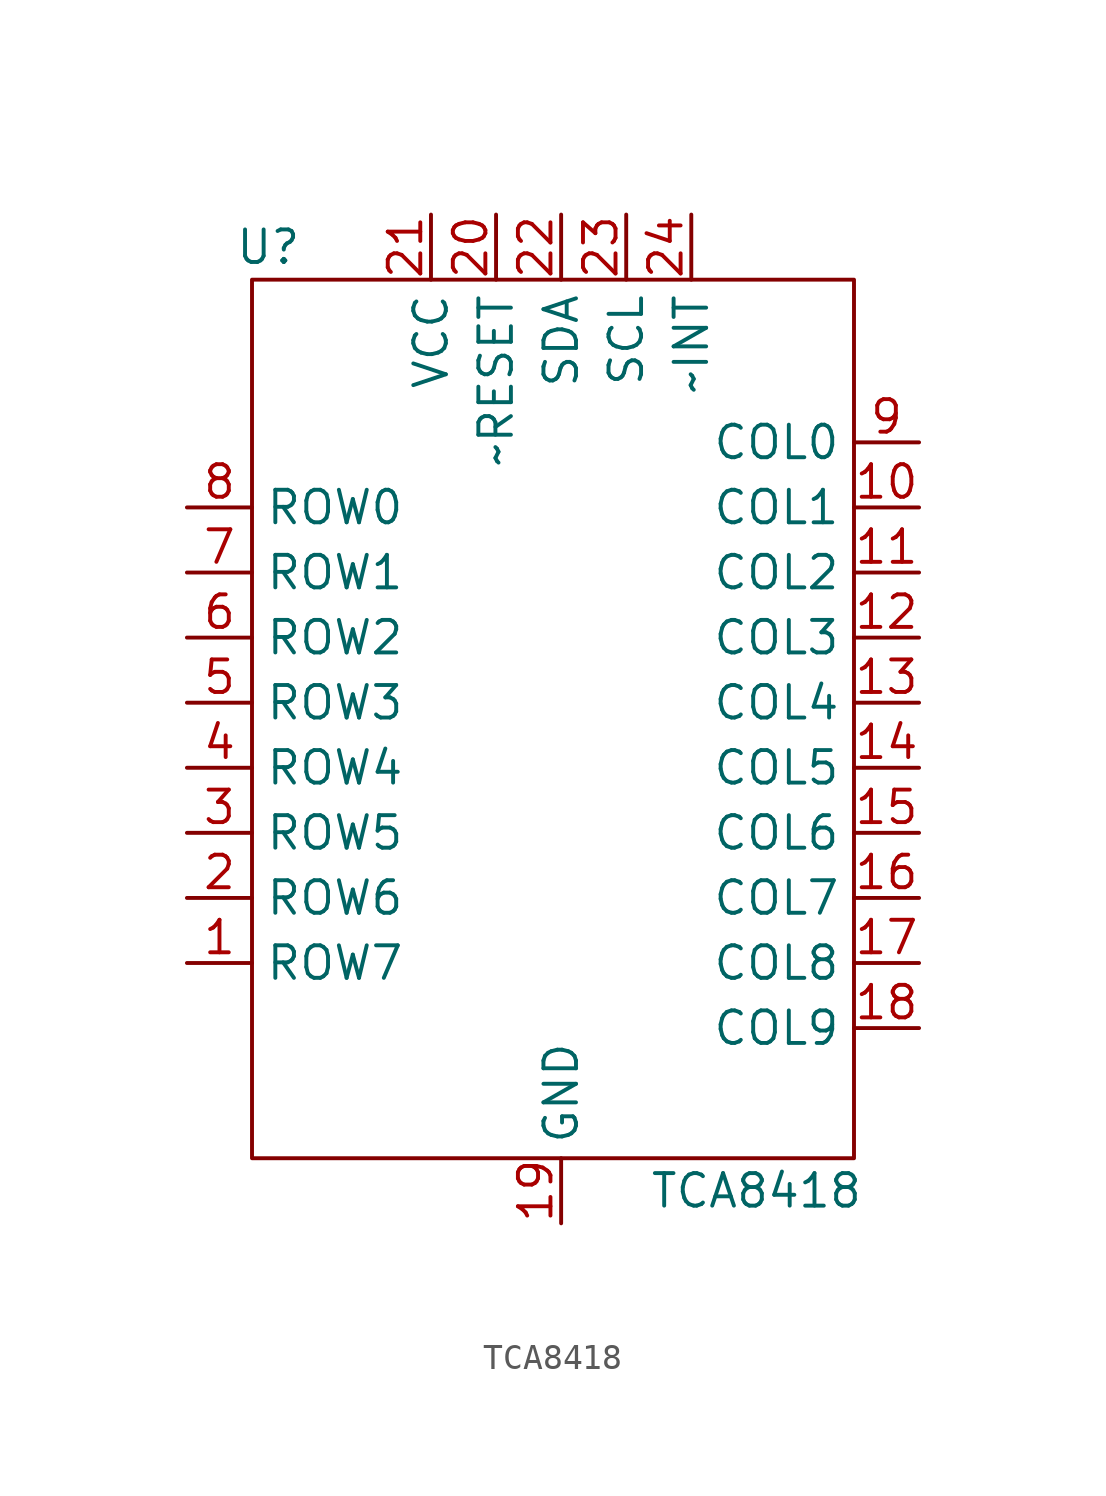
<source format=kicad_sym>
(kicad_symbol_lib
  (version 20220914)
  (generator kicad_symbol_editor)
  (symbol "TCA8418"
    (property "Reference" "U"
      (at -11.43 18.415 0)
      (effects (font (size 1.27 1.27))))
    (property "Value" "TCA8418"
      (at 7.62 -18.415 0)
      (effects (font (size 1.27 1.27))))
    (symbol "TCA8418_0_0"
      (pin bidirectional line (at -14.605 -9.525 0) (length 2.54) (name "ROW7" (effects (font (size 1.27 1.27)))) (number "1" (effects (font (size 1.27 1.27)))))
      (pin bidirectional line (at 13.97 8.255 180) (length 2.54) (name "COL1" (effects (font (size 1.27 1.27)))) (number "10" (effects (font (size 1.27 1.27)))))
      (pin bidirectional line (at 13.97 5.715 180) (length 2.54) (name "COL2" (effects (font (size 1.27 1.27)))) (number "11" (effects (font (size 1.27 1.27)))))
      (pin bidirectional line (at 13.97 3.175 180) (length 2.54) (name "COL3" (effects (font (size 1.27 1.27)))) (number "12" (effects (font (size 1.27 1.27)))))
      (pin bidirectional line (at 13.97 0.635 180) (length 2.54) (name "COL4" (effects (font (size 1.27 1.27)))) (number "13" (effects (font (size 1.27 1.27)))))
      (pin bidirectional line (at 13.97 -1.905 180) (length 2.54) (name "COL5" (effects (font (size 1.27 1.27)))) (number "14" (effects (font (size 1.27 1.27)))))
      (pin bidirectional line (at 13.97 -4.445 180) (length 2.54) (name "COL6" (effects (font (size 1.27 1.27)))) (number "15" (effects (font (size 1.27 1.27)))))
      (pin bidirectional line (at 13.97 -6.985 180) (length 2.54) (name "COL7" (effects (font (size 1.27 1.27)))) (number "16" (effects (font (size 1.27 1.27)))))
      (pin bidirectional line (at 13.97 -9.525 180) (length 2.54) (name "COL8" (effects (font (size 1.27 1.27)))) (number "17" (effects (font (size 1.27 1.27)))))
      (pin bidirectional line (at 13.97 -12.065 180) (length 2.54) (name "COL9" (effects (font (size 1.27 1.27)))) (number "18" (effects (font (size 1.27 1.27)))))
      (pin power_in line (at 0 -19.685 90) (length 2.54) (name "GND" (effects (font (size 1.27 1.27)))) (number "19" (effects (font (size 1.27 1.27)))))
      (pin bidirectional line (at -14.605 -6.985 0) (length 2.54) (name "ROW6" (effects (font (size 1.27 1.27)))) (number "2" (effects (font (size 1.27 1.27)))))
      (pin input line (at -2.54 19.685 270) (length 2.54) (name "~RESET" (effects (font (size 1.27 1.27)))) (number "20" (effects (font (size 1.27 1.27)))))
      (pin power_in line (at -5.08 19.685 270) (length 2.54) (name "VCC" (effects (font (size 1.27 1.27)))) (number "21" (effects (font (size 1.27 1.27)))))
      (pin bidirectional line (at 0 19.685 270) (length 2.54) (name "SDA" (effects (font (size 1.27 1.27)))) (number "22" (effects (font (size 1.27 1.27)))))
      (pin input line (at 2.54 19.685 270) (length 2.54) (name "SCL" (effects (font (size 1.27 1.27)))) (number "23" (effects (font (size 1.27 1.27)))))
      (pin output line (at 5.08 19.685 270) (length 2.54) (name "~INT" (effects (font (size 1.27 1.27)))) (number "24" (effects (font (size 1.27 1.27)))))
      (pin no_connect line (at -2.54 -19.685 90) (length 2.54) hide (name "" (effects (font (size 1.27 1.27)))) (number "25" (effects (font (size 1.27 1.27)))))
      (pin bidirectional line (at -14.605 -4.445 0) (length 2.54) (name "ROW5" (effects (font (size 1.27 1.27)))) (number "3" (effects (font (size 1.27 1.27)))))
      (pin bidirectional line (at -14.605 -1.905 0) (length 2.54) (name "ROW4" (effects (font (size 1.27 1.27)))) (number "4" (effects (font (size 1.27 1.27)))))
      (pin bidirectional line (at -14.605 0.635 0) (length 2.54) (name "ROW3" (effects (font (size 1.27 1.27)))) (number "5" (effects (font (size 1.27 1.27)))))
      (pin bidirectional line (at -14.605 3.175 0) (length 2.54) (name "ROW2" (effects (font (size 1.27 1.27)))) (number "6" (effects (font (size 1.27 1.27)))))
      (pin bidirectional line (at -14.605 5.715 0) (length 2.54) (name "ROW1" (effects (font (size 1.27 1.27)))) (number "7" (effects (font (size 1.27 1.27)))))
      (pin bidirectional line (at -14.605 8.255 0) (length 2.54) (name "ROW0" (effects (font (size 1.27 1.27)))) (number "8" (effects (font (size 1.27 1.27)))))
      (pin bidirectional line (at 13.97 10.795 180) (length 2.54) (name "COL0" (effects (font (size 1.27 1.27)))) (number "9" (effects (font (size 1.27 1.27))))))
    (symbol "TCA8418_0_1"
      (rectangle (start -12.065 17.145) (end 11.43 -17.145) (stroke (width 0) (type default)) (fill (type none))))))
</source>
